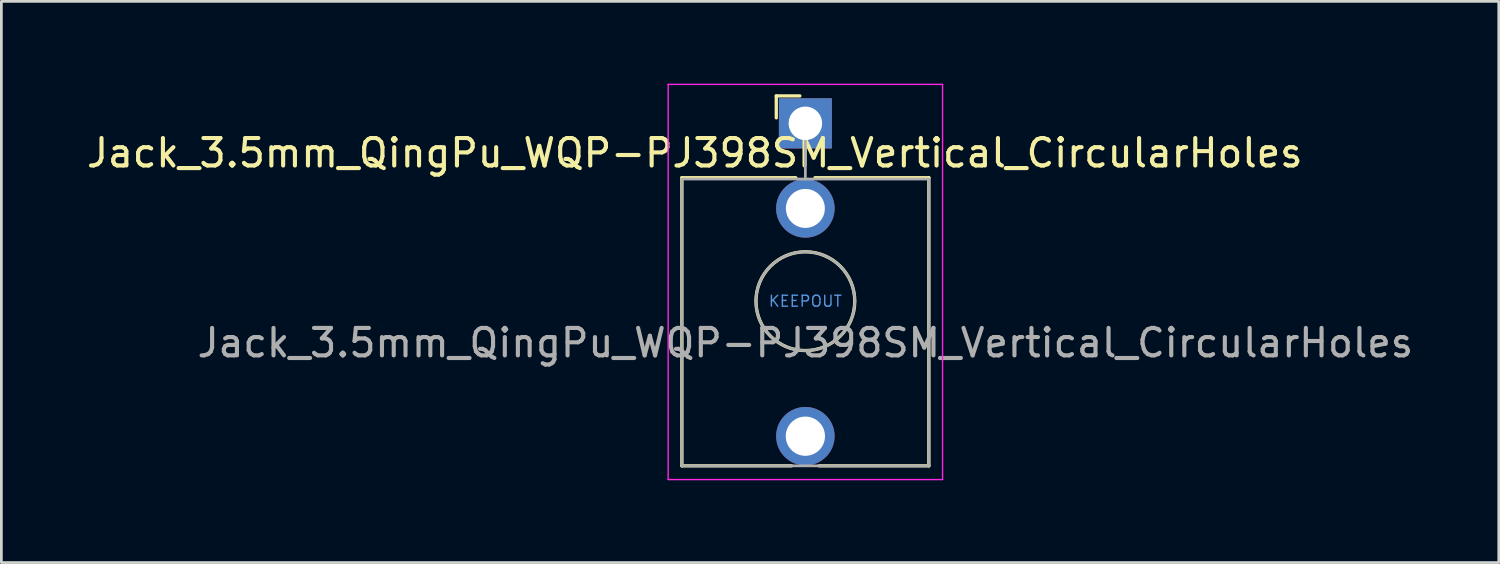
<source format=kicad_pcb>
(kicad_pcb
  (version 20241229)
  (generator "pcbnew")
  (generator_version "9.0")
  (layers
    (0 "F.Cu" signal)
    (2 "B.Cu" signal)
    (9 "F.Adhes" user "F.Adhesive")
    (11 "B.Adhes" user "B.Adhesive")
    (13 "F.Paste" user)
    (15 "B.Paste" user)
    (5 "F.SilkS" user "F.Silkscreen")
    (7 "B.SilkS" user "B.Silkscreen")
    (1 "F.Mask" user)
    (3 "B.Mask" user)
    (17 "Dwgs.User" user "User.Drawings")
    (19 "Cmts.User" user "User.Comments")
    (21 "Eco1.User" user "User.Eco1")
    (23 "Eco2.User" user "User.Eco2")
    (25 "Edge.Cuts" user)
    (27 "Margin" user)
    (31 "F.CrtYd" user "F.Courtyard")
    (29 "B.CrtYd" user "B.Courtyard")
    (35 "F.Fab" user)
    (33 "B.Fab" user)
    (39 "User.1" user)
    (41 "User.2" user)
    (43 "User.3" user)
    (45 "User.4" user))
  (footprint "Jack_3.5mm_QingPu_WQP-PJ398SM_Vertical_CircularHoles"
    (layer "F.Cu")
    (at 26.298 1.445)
    (property "Reference" "Jack_3.5mm_QingPu_WQP-PJ398SM_Vertical_CircularHoles" (at -4.03 1.08 180) (layer "F.SilkS") (effects (font (size 1 1) (thickness 0.15))))
    (attr through_hole)
    (fp_line (start -4.5 1.98) (end -4.5 12.48) (stroke (width 0.12) (type solid)) (layer "F.SilkS"))
    (fp_line (start -1.06 -1) (end -1.06 -0.2) (stroke (width 0.12) (type solid)) (layer "F.SilkS"))
    (fp_line (start -1.06 -1) (end -0.2 -1) (stroke (width 0.12) (type solid)) (layer "F.SilkS"))
    (fp_line (start -0.5 12.48) (end -4.5 12.48) (stroke (width 0.12) (type solid)) (layer "F.SilkS"))
    (fp_line (start -0.35 1.98) (end -4.5 1.98) (stroke (width 0.12) (type solid)) (layer "F.SilkS"))
    (fp_line (start 4.5 1.98) (end 0.35 1.98) (stroke (width 0.12) (type solid)) (layer "F.SilkS"))
    (fp_line (start 4.5 1.98) (end 4.5 12.48) (stroke (width 0.12) (type solid)) (layer "F.SilkS"))
    (fp_line (start 4.5 12.48) (end 0.5 12.48) (stroke (width 0.12) (type solid)) (layer "F.SilkS"))
    (fp_circle (center 0 6.48) (end 1.8 6.48) (stroke (width 0.12) (type solid)) (fill no) (layer "F.SilkS"))
    (fp_line (start -5 12.98) (end -5 -1.42) (stroke (width 0.05) (type solid)) (layer "F.CrtYd"))
    (fp_line (start 5 -1.42) (end -5 -1.42) (stroke (width 0.05) (type solid)) (layer "F.CrtYd"))
    (fp_line (start 5 12.98) (end -5 12.98) (stroke (width 0.05) (type solid)) (layer "F.CrtYd"))
    (fp_line (start 5 12.98) (end 5 -1.42) (stroke (width 0.05) (type solid)) (layer "F.CrtYd"))
    (fp_line (start -4.5 12.48) (end -4.5 2.08) (stroke (width 0.1) (type solid)) (layer "F.Fab"))
    (fp_line (start 0 0) (end 0 2.03) (stroke (width 0.1) (type solid)) (layer "F.Fab"))
    (fp_line (start 4.5 2.03) (end -4.5 2.03) (stroke (width 0.1) (type solid)) (layer "F.Fab"))
    (fp_line (start 4.5 12.48) (end -4.5 12.48) (stroke (width 0.1) (type solid)) (layer "F.Fab"))
    (fp_line (start 4.5 12.48) (end 4.5 2.08) (stroke (width 0.1) (type solid)) (layer "F.Fab"))
    (fp_circle (center 0 6.48) (end 1.8 6.48) (stroke (width 0.1) (type solid)) (fill no) (layer "F.Fab"))
    (fp_text user "KEEPOUT" (at 0 6.48 0) (layer "Cmts.User") (effects (font (size 0.4 0.4) (thickness 0.051))))
    (fp_text user "${REFERENCE}" (at 0 8 180) (layer "F.Fab") (effects (font (size 1 1) (thickness 0.15))))
    (pad "S" thru_hole rect (at 0 0 180) (size 1.93 1.83) (drill 1.22) (layers "*.Cu" "*.Mask"))
    (pad "T" thru_hole circle (at 0 11.4 180) (size 2.13 2.13) (drill 1.43) (layers "*.Cu" "*.Mask"))
    (pad "TN" thru_hole circle (at 0 3.1 180) (size 2.13 2.13) (drill 1.42) (layers "*.Cu" "*.Mask"))
    (zone (net_name "") (layer "F.Cu") (hatch full 0.508) (connect_pads) (min_thickness 0.254) (filled_areas_thickness no) (keepout (tracks not_allowed) (vias not_allowed) (pads not_allowed) (copperpour not_allowed) (footprints not_allowed)) (placement (enabled no)) (fill) (polygon (pts (xy 27.803 7.925) (xy 27.783 7.679) (xy 27.723 7.44) (xy 27.624 7.214) (xy 27.49 7.007) (xy 27.324 6.824) (xy 27.131 6.671) (xy 26.915 6.552) (xy 26.682 6.47) (xy 26.44 6.427) (xy 26.193 6.424) (xy 25.949 6.461) (xy 25.715 6.537) (xy 25.496 6.651) (xy 25.299 6.799) (xy 25.128 6.978) (xy 24.989 7.182) (xy 24.885 7.405) (xy 24.819 7.643) (xy 24.793 7.888) (xy 24.807 8.134) (xy 24.862 8.375) (xy 24.954 8.604) (xy 25.083 8.814) (xy 25.245 9) (xy 25.435 9.158) (xy 25.648 9.282) (xy 25.878 9.37) (xy 26.12 9.42) (xy 26.366 9.429) (xy 26.611 9.397) (xy 26.847 9.326) (xy 27.069 9.218) (xy 27.269 9.075) (xy 27.444 8.901) (xy 27.588 8.7) (xy 27.697 8.479) (xy 27.769 8.243) (xy 27.801 7.999)))))
  (gr_rect
    (start -3 -3)
    (end 51.566 17.45)
    (stroke (width 0.1) (type default))
    (fill no)
    (layer "Edge.Cuts")))
</source>
